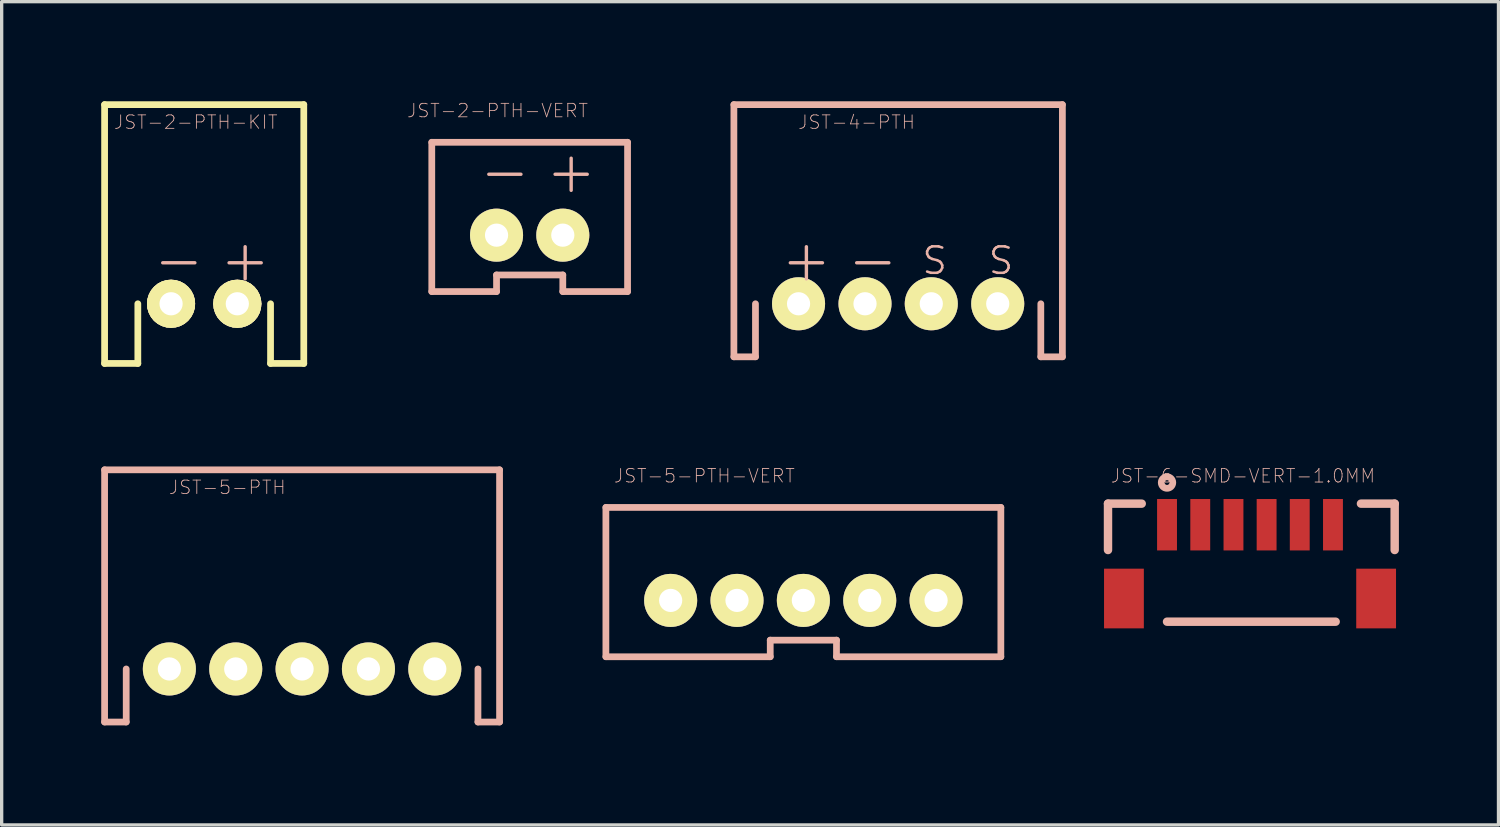
<source format=kicad_pcb>
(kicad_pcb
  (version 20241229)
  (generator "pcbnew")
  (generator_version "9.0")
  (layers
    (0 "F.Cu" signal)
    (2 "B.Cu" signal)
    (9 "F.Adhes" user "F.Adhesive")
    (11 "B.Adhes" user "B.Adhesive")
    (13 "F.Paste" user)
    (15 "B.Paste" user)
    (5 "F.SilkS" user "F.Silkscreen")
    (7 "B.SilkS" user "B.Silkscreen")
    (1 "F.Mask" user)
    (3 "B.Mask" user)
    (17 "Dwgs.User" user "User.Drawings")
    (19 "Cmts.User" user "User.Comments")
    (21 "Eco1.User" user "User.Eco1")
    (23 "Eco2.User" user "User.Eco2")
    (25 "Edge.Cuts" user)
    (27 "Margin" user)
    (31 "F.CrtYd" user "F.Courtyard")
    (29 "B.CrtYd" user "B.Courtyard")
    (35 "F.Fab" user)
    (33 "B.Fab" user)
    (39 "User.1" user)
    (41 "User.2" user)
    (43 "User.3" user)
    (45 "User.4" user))
  (footprint "JST-2-PTH-KIT"
    (layer "F.Cu")
    (at 3.101 6.101)
    (property "Reference" "JST-2-PTH-KIT" (at -0.254 -5.471 0) (layer "B.SilkS") (effects (font (size 0.406 0.406) (thickness 0.025))))
    (attr exclude_from_pos_files exclude_from_bom)
    (fp_line (start -3 -5.999) (end 3 -5.999) (stroke (width 0.203) (type solid)) (layer "F.SilkS"))
    (fp_line (start -3 1.798) (end -3 -5.999) (stroke (width 0.203) (type solid)) (layer "F.SilkS"))
    (fp_line (start -1.999 0) (end -1.999 1.798) (stroke (width 0.203) (type solid)) (layer "F.SilkS"))
    (fp_line (start -1.999 1.798) (end -3 1.798) (stroke (width 0.203) (type solid)) (layer "F.SilkS"))
    (fp_line (start -1.659 0) (end -1.646 -0.127) (stroke (width 0.127) (type solid)) (layer "F.SilkS"))
    (fp_line (start -1.646 -0.127) (end -1.608 -0.251) (stroke (width 0.127) (type solid)) (layer "F.SilkS"))
    (fp_line (start -1.646 0.127) (end -1.659 0) (stroke (width 0.127) (type solid)) (layer "F.SilkS"))
    (fp_line (start -1.608 -0.251) (end -1.547 -0.366) (stroke (width 0.127) (type solid)) (layer "F.SilkS"))
    (fp_line (start -1.608 0.251) (end -1.646 0.127) (stroke (width 0.127) (type solid)) (layer "F.SilkS"))
    (fp_line (start -1.547 -0.366) (end -1.466 -0.465) (stroke (width 0.127) (type solid)) (layer "F.SilkS"))
    (fp_line (start -1.547 0.366) (end -1.608 0.251) (stroke (width 0.127) (type solid)) (layer "F.SilkS"))
    (fp_line (start -1.466 -0.465) (end -1.367 -0.549) (stroke (width 0.127) (type solid)) (layer "F.SilkS"))
    (fp_line (start -1.466 0.467) (end -1.547 0.366) (stroke (width 0.127) (type solid)) (layer "F.SilkS"))
    (fp_line (start -1.367 -0.549) (end -1.252 -0.61) (stroke (width 0.127) (type solid)) (layer "F.SilkS"))
    (fp_line (start -1.364 0.549) (end -1.466 0.467) (stroke (width 0.127) (type solid)) (layer "F.SilkS"))
    (fp_line (start -1.285 0) (end -1.275 -0.074) (stroke (width 0.127) (type solid)) (layer "F.SilkS"))
    (fp_line (start -1.275 -0.074) (end -1.247 -0.142) (stroke (width 0.127) (type solid)) (layer "F.SilkS"))
    (fp_line (start -1.275 0.074) (end -1.285 0) (stroke (width 0.127) (type solid)) (layer "F.SilkS"))
    (fp_line (start -1.252 -0.61) (end -1.128 -0.648) (stroke (width 0.127) (type solid)) (layer "F.SilkS"))
    (fp_line (start -1.25 0.61) (end -1.364 0.549) (stroke (width 0.127) (type solid)) (layer "F.SilkS"))
    (fp_line (start -1.247 -0.142) (end -1.201 -0.201) (stroke (width 0.127) (type solid)) (layer "F.SilkS"))
    (fp_line (start -1.247 0.142) (end -1.275 0.074) (stroke (width 0.127) (type solid)) (layer "F.SilkS"))
    (fp_line (start -1.201 -0.201) (end -1.143 -0.246) (stroke (width 0.127) (type solid)) (layer "F.SilkS"))
    (fp_line (start -1.201 0.201) (end -1.247 0.142) (stroke (width 0.127) (type solid)) (layer "F.SilkS"))
    (fp_line (start -1.143 -0.246) (end -1.072 -0.274) (stroke (width 0.127) (type solid)) (layer "F.SilkS"))
    (fp_line (start -1.143 0.246) (end -1.201 0.201) (stroke (width 0.127) (type solid)) (layer "F.SilkS"))
    (fp_line (start -1.128 -0.648) (end -0.998 -0.66) (stroke (width 0.127) (type solid)) (layer "F.SilkS"))
    (fp_line (start -1.125 0.648) (end -1.25 0.61) (stroke (width 0.127) (type solid)) (layer "F.SilkS"))
    (fp_line (start -1.072 -0.274) (end -0.998 -0.284) (stroke (width 0.127) (type solid)) (layer "F.SilkS"))
    (fp_line (start -1.072 0.274) (end -1.143 0.246) (stroke (width 0.127) (type solid)) (layer "F.SilkS"))
    (fp_line (start -0.998 -0.66) (end -0.869 -0.648) (stroke (width 0.127) (type solid)) (layer "F.SilkS"))
    (fp_line (start -0.998 -0.284) (end -0.925 -0.274) (stroke (width 0.127) (type solid)) (layer "F.SilkS"))
    (fp_line (start -0.998 0.284) (end -1.072 0.274) (stroke (width 0.127) (type solid)) (layer "F.SilkS"))
    (fp_line (start -0.996 0.66) (end -1.125 0.648) (stroke (width 0.127) (type solid)) (layer "F.SilkS"))
    (fp_line (start -0.925 -0.274) (end -0.856 -0.246) (stroke (width 0.127) (type solid)) (layer "F.SilkS"))
    (fp_line (start -0.925 0.274) (end -0.998 0.284) (stroke (width 0.127) (type solid)) (layer "F.SilkS"))
    (fp_line (start -0.869 -0.648) (end -0.747 -0.61) (stroke (width 0.127) (type solid)) (layer "F.SilkS"))
    (fp_line (start -0.869 0.645) (end -0.996 0.66) (stroke (width 0.127) (type solid)) (layer "F.SilkS"))
    (fp_line (start -0.856 -0.246) (end -0.795 -0.201) (stroke (width 0.127) (type solid)) (layer "F.SilkS"))
    (fp_line (start -0.856 0.246) (end -0.925 0.274) (stroke (width 0.127) (type solid)) (layer "F.SilkS"))
    (fp_line (start -0.795 -0.201) (end -0.752 -0.142) (stroke (width 0.127) (type solid)) (layer "F.SilkS"))
    (fp_line (start -0.795 0.201) (end -0.856 0.246) (stroke (width 0.127) (type solid)) (layer "F.SilkS"))
    (fp_line (start -0.752 -0.142) (end -0.721 -0.074) (stroke (width 0.127) (type solid)) (layer "F.SilkS"))
    (fp_line (start -0.752 0.142) (end -0.795 0.201) (stroke (width 0.127) (type solid)) (layer "F.SilkS"))
    (fp_line (start -0.747 -0.61) (end -0.632 -0.549) (stroke (width 0.127) (type solid)) (layer "F.SilkS"))
    (fp_line (start -0.744 0.61) (end -0.869 0.645) (stroke (width 0.127) (type solid)) (layer "F.SilkS"))
    (fp_line (start -0.721 -0.074) (end -0.711 0) (stroke (width 0.127) (type solid)) (layer "F.SilkS"))
    (fp_line (start -0.721 0.074) (end -0.752 0.142) (stroke (width 0.127) (type solid)) (layer "F.SilkS"))
    (fp_line (start -0.711 0) (end -0.721 0.074) (stroke (width 0.127) (type solid)) (layer "F.SilkS"))
    (fp_line (start -0.632 -0.549) (end -0.531 -0.465) (stroke (width 0.127) (type solid)) (layer "F.SilkS"))
    (fp_line (start -0.63 0.549) (end -0.744 0.61) (stroke (width 0.127) (type solid)) (layer "F.SilkS"))
    (fp_line (start -0.531 -0.465) (end -0.45 -0.366) (stroke (width 0.127) (type solid)) (layer "F.SilkS"))
    (fp_line (start -0.531 0.465) (end -0.63 0.549) (stroke (width 0.127) (type solid)) (layer "F.SilkS"))
    (fp_line (start -0.45 -0.366) (end -0.389 -0.251) (stroke (width 0.127) (type solid)) (layer "F.SilkS"))
    (fp_line (start -0.45 0.366) (end -0.531 0.465) (stroke (width 0.127) (type solid)) (layer "F.SilkS"))
    (fp_line (start -0.389 -0.251) (end -0.351 -0.127) (stroke (width 0.127) (type solid)) (layer "F.SilkS"))
    (fp_line (start -0.389 0.251) (end -0.45 0.366) (stroke (width 0.127) (type solid)) (layer "F.SilkS"))
    (fp_line (start -0.351 -0.127) (end -0.338 0) (stroke (width 0.127) (type solid)) (layer "F.SilkS"))
    (fp_line (start -0.351 0.127) (end -0.389 0.251) (stroke (width 0.127) (type solid)) (layer "F.SilkS"))
    (fp_line (start -0.338 0) (end -0.351 0.127) (stroke (width 0.127) (type solid)) (layer "F.SilkS"))
    (fp_line (start 0.338 0) (end 0.351 -0.127) (stroke (width 0.127) (type solid)) (layer "F.SilkS"))
    (fp_line (start 0.351 -0.127) (end 0.389 -0.251) (stroke (width 0.127) (type solid)) (layer "F.SilkS"))
    (fp_line (start 0.351 0.127) (end 0.338 0) (stroke (width 0.127) (type solid)) (layer "F.SilkS"))
    (fp_line (start 0.389 -0.251) (end 0.45 -0.366) (stroke (width 0.127) (type solid)) (layer "F.SilkS"))
    (fp_line (start 0.389 0.251) (end 0.351 0.127) (stroke (width 0.127) (type solid)) (layer "F.SilkS"))
    (fp_line (start 0.45 -0.366) (end 0.531 -0.465) (stroke (width 0.127) (type solid)) (layer "F.SilkS"))
    (fp_line (start 0.45 0.366) (end 0.389 0.251) (stroke (width 0.127) (type solid)) (layer "F.SilkS"))
    (fp_line (start 0.531 -0.465) (end 0.632 -0.549) (stroke (width 0.127) (type solid)) (layer "F.SilkS"))
    (fp_line (start 0.533 0.467) (end 0.45 0.366) (stroke (width 0.127) (type solid)) (layer "F.SilkS"))
    (fp_line (start 0.632 -0.549) (end 0.747 -0.61) (stroke (width 0.127) (type solid)) (layer "F.SilkS"))
    (fp_line (start 0.632 0.549) (end 0.533 0.467) (stroke (width 0.127) (type solid)) (layer "F.SilkS"))
    (fp_line (start 0.711 0) (end 0.721 -0.074) (stroke (width 0.127) (type solid)) (layer "F.SilkS"))
    (fp_line (start 0.721 -0.074) (end 0.752 -0.142) (stroke (width 0.127) (type solid)) (layer "F.SilkS"))
    (fp_line (start 0.721 0.074) (end 0.711 0) (stroke (width 0.127) (type solid)) (layer "F.SilkS"))
    (fp_line (start 0.747 -0.61) (end 0.869 -0.648) (stroke (width 0.127) (type solid)) (layer "F.SilkS"))
    (fp_line (start 0.747 0.61) (end 0.632 0.549) (stroke (width 0.127) (type solid)) (layer "F.SilkS"))
    (fp_line (start 0.749 0.142) (end 0.721 0.074) (stroke (width 0.127) (type solid)) (layer "F.SilkS"))
    (fp_line (start 0.752 -0.142) (end 0.795 -0.201) (stroke (width 0.127) (type solid)) (layer "F.SilkS"))
    (fp_line (start 0.795 -0.201) (end 0.856 -0.246) (stroke (width 0.127) (type solid)) (layer "F.SilkS"))
    (fp_line (start 0.795 0.201) (end 0.749 0.142) (stroke (width 0.127) (type solid)) (layer "F.SilkS"))
    (fp_line (start 0.856 -0.246) (end 0.925 -0.274) (stroke (width 0.127) (type solid)) (layer "F.SilkS"))
    (fp_line (start 0.856 0.246) (end 0.795 0.201) (stroke (width 0.127) (type solid)) (layer "F.SilkS"))
    (fp_line (start 0.869 -0.648) (end 0.998 -0.66) (stroke (width 0.127) (type solid)) (layer "F.SilkS"))
    (fp_line (start 0.871 0.648) (end 0.747 0.61) (stroke (width 0.127) (type solid)) (layer "F.SilkS"))
    (fp_line (start 0.925 -0.274) (end 0.998 -0.284) (stroke (width 0.127) (type solid)) (layer "F.SilkS"))
    (fp_line (start 0.925 0.274) (end 0.856 0.246) (stroke (width 0.127) (type solid)) (layer "F.SilkS"))
    (fp_line (start 0.998 -0.66) (end 1.128 -0.648) (stroke (width 0.127) (type solid)) (layer "F.SilkS"))
    (fp_line (start 0.998 -0.284) (end 1.072 -0.274) (stroke (width 0.127) (type solid)) (layer "F.SilkS"))
    (fp_line (start 0.998 0.284) (end 0.925 0.274) (stroke (width 0.127) (type solid)) (layer "F.SilkS"))
    (fp_line (start 1.001 0.66) (end 0.871 0.648) (stroke (width 0.127) (type solid)) (layer "F.SilkS"))
    (fp_line (start 1.072 -0.274) (end 1.143 -0.246) (stroke (width 0.127) (type solid)) (layer "F.SilkS"))
    (fp_line (start 1.072 0.274) (end 0.998 0.284) (stroke (width 0.127) (type solid)) (layer "F.SilkS"))
    (fp_line (start 1.128 -0.648) (end 1.252 -0.61) (stroke (width 0.127) (type solid)) (layer "F.SilkS"))
    (fp_line (start 1.13 0.645) (end 1.001 0.66) (stroke (width 0.127) (type solid)) (layer "F.SilkS"))
    (fp_line (start 1.143 -0.246) (end 1.201 -0.201) (stroke (width 0.127) (type solid)) (layer "F.SilkS"))
    (fp_line (start 1.143 0.246) (end 1.072 0.274) (stroke (width 0.127) (type solid)) (layer "F.SilkS"))
    (fp_line (start 1.201 -0.201) (end 1.247 -0.142) (stroke (width 0.127) (type solid)) (layer "F.SilkS"))
    (fp_line (start 1.201 0.201) (end 1.143 0.246) (stroke (width 0.127) (type solid)) (layer "F.SilkS"))
    (fp_line (start 1.247 -0.142) (end 1.275 -0.074) (stroke (width 0.127) (type solid)) (layer "F.SilkS"))
    (fp_line (start 1.247 0.142) (end 1.201 0.201) (stroke (width 0.127) (type solid)) (layer "F.SilkS"))
    (fp_line (start 1.252 -0.61) (end 1.367 -0.549) (stroke (width 0.127) (type solid)) (layer "F.SilkS"))
    (fp_line (start 1.252 0.61) (end 1.13 0.645) (stroke (width 0.127) (type solid)) (layer "F.SilkS"))
    (fp_line (start 1.275 -0.074) (end 1.285 0) (stroke (width 0.127) (type solid)) (layer "F.SilkS"))
    (fp_line (start 1.275 0.074) (end 1.247 0.142) (stroke (width 0.127) (type solid)) (layer "F.SilkS"))
    (fp_line (start 1.285 0) (end 1.275 0.074) (stroke (width 0.127) (type solid)) (layer "F.SilkS"))
    (fp_line (start 1.367 -0.549) (end 1.466 -0.465) (stroke (width 0.127) (type solid)) (layer "F.SilkS"))
    (fp_line (start 1.367 0.549) (end 1.252 0.61) (stroke (width 0.127) (type solid)) (layer "F.SilkS"))
    (fp_line (start 1.466 -0.465) (end 1.547 -0.366) (stroke (width 0.127) (type solid)) (layer "F.SilkS"))
    (fp_line (start 1.468 0.465) (end 1.367 0.549) (stroke (width 0.127) (type solid)) (layer "F.SilkS"))
    (fp_line (start 1.547 -0.366) (end 1.608 -0.251) (stroke (width 0.127) (type solid)) (layer "F.SilkS"))
    (fp_line (start 1.549 0.366) (end 1.468 0.465) (stroke (width 0.127) (type solid)) (layer "F.SilkS"))
    (fp_line (start 1.608 -0.251) (end 1.646 -0.127) (stroke (width 0.127) (type solid)) (layer "F.SilkS"))
    (fp_line (start 1.61 0.251) (end 1.549 0.366) (stroke (width 0.127) (type solid)) (layer "F.SilkS"))
    (fp_line (start 1.646 -0.127) (end 1.659 0) (stroke (width 0.127) (type solid)) (layer "F.SilkS"))
    (fp_line (start 1.646 0.127) (end 1.61 0.251) (stroke (width 0.127) (type solid)) (layer "F.SilkS"))
    (fp_line (start 1.659 0) (end 1.646 0.127) (stroke (width 0.127) (type solid)) (layer "F.SilkS"))
    (fp_line (start 1.999 1.798) (end 1.999 0) (stroke (width 0.203) (type solid)) (layer "F.SilkS"))
    (fp_line (start 3 -5.999) (end 3 1.798) (stroke (width 0.203) (type solid)) (layer "F.SilkS"))
    (fp_line (start 3 1.798) (end 1.999 1.798) (stroke (width 0.203) (type solid)) (layer "F.SilkS"))
    (fp_text user "-" (at -0.765 -1.333 0) (layer "B.SilkS") (effects (font (size 1.27 1.27) (thickness 0.102))))
    (fp_text user "+" (at 1.234 -1.333 0) (layer "B.SilkS") (effects (font (size 1.27 1.27) (thickness 0.102))))
    (pad "1" thru_hole circle (at -0.998 0) (size 1.448 1.448) (drill 0.699) (layers "*.Cu" "F.Mask" "F.SilkS" "F.Paste"))
    (pad "2" thru_hole circle (at 0.998 0) (size 1.448 1.448) (drill 0.699) (layers "*.Cu" "F.Mask" "F.SilkS" "F.Paste")))
  (footprint "JST-5-PTH"
    (layer "F.Cu")
    (at 6.05 17.102)
    (property "Reference" "JST-5-PTH" (at -2.253 -5.471 0) (layer "B.SilkS") (effects (font (size 0.406 0.406) (thickness 0.025))))
    (attr exclude_from_pos_files exclude_from_bom)
    (fp_line (start -5.949 -5.999) (end 5.949 -5.999) (stroke (width 0.203) (type solid)) (layer "B.SilkS"))
    (fp_line (start -5.949 1.598) (end -5.949 -5.999) (stroke (width 0.203) (type solid)) (layer "B.SilkS"))
    (fp_line (start -5.949 1.598) (end -5.298 1.598) (stroke (width 0.203) (type solid)) (layer "B.SilkS"))
    (fp_line (start -5.298 1.598) (end -5.298 0) (stroke (width 0.203) (type solid)) (layer "B.SilkS"))
    (fp_line (start 5.298 1.598) (end 5.298 0) (stroke (width 0.203) (type solid)) (layer "B.SilkS"))
    (fp_line (start 5.949 -5.999) (end 5.949 1.598) (stroke (width 0.203) (type solid)) (layer "B.SilkS"))
    (fp_line (start 5.949 1.598) (end 5.298 1.598) (stroke (width 0.203) (type solid)) (layer "B.SilkS"))
    (pad "1" thru_hole circle (at -3.998 0) (size 1.598 1.598) (drill 0.699) (layers "*.Cu" "F.Mask" "F.SilkS" "F.Paste"))
    (pad "2" thru_hole circle (at -1.999 0) (size 1.598 1.598) (drill 0.699) (layers "*.Cu" "F.Mask" "F.SilkS" "F.Paste"))
    (pad "3" thru_hole circle (at 0 0) (size 1.598 1.598) (drill 0.699) (layers "*.Cu" "F.Mask" "F.SilkS" "F.Paste"))
    (pad "4" thru_hole circle (at 1.999 0) (size 1.598 1.598) (drill 0.699) (layers "*.Cu" "F.Mask" "F.SilkS" "F.Paste"))
    (pad "5" thru_hole circle (at 3.998 0) (size 1.598 1.598) (drill 0.699) (layers "*.Cu" "F.Mask" "F.SilkS" "F.Paste")))
  (footprint "JST-6-SMD-VERT-1.0MM"
    (layer "F.Cu")
    (at 34.646 14.027)
    (property "Reference" "JST-6-SMD-VERT-1.0MM" (at -0.254 -2.743 0) (layer "B.SilkS") (effects (font (size 0.406 0.406) (thickness 0.025))))
    (attr smd)
    (fp_line (start -4.318 -1.905) (end -3.302 -1.905) (stroke (width 0.254) (type solid)) (layer "B.SilkS"))
    (fp_line (start -4.318 -0.508) (end -4.318 -1.905) (stroke (width 0.254) (type solid)) (layer "B.SilkS"))
    (fp_line (start -2.54 1.651) (end 2.54 1.651) (stroke (width 0.254) (type solid)) (layer "B.SilkS"))
    (fp_line (start 3.302 -1.905) (end 4.318 -1.905) (stroke (width 0.254) (type solid)) (layer "B.SilkS"))
    (fp_line (start 4.318 -1.905) (end 4.318 -0.508) (stroke (width 0.254) (type solid)) (layer "B.SilkS"))
    (fp_circle (center -2.54 -2.54) (end -2.591 -2.591) (stroke (width 0.203) (type solid)) (fill no) (layer "B.SilkS"))
    (pad "1" smd rect (at -2.54 -1.27) (size 0.599 1.549) (layers "F.Cu" "F.Mask" "F.Paste"))
    (pad "2" smd rect (at -1.539 -1.27) (size 0.599 1.549) (layers "F.Cu" "F.Mask" "F.Paste"))
    (pad "3" smd rect (at -0.538 -1.27) (size 0.599 1.549) (layers "F.Cu" "F.Mask" "F.Paste"))
    (pad "4" smd rect (at 0.46 -1.27) (size 0.599 1.549) (layers "F.Cu" "F.Mask" "F.Paste"))
    (pad "5" smd rect (at 1.458 -1.27) (size 0.599 1.549) (layers "F.Cu" "F.Mask" "F.Paste"))
    (pad "6" smd rect (at 2.459 -1.27) (size 0.599 1.549) (layers "F.Cu" "F.Mask" "F.Paste"))
    (pad "P$1" smd rect (at -3.838 0.953) (size 1.199 1.798) (layers "F.Cu" "F.Mask" "F.Paste"))
    (pad "P$2" smd rect (at 3.759 0.953) (size 1.199 1.798) (layers "F.Cu" "F.Mask" "F.Paste")))
  (footprint "JST-5-PTH-VERT"
    (layer "F.Cu")
    (at 21.151 15.215)
    (property "Reference" "JST-5-PTH-VERT" (at -2.982 -3.932 0) (layer "B.SilkS") (effects (font (size 0.406 0.406) (thickness 0.025))))
    (attr exclude_from_pos_files exclude_from_bom)
    (fp_line (start -5.949 -2.979) (end 5.949 -2.979) (stroke (width 0.203) (type solid)) (layer "B.SilkS"))
    (fp_line (start -5.949 1.519) (end -5.949 -2.979) (stroke (width 0.203) (type solid)) (layer "B.SilkS"))
    (fp_line (start -0.998 1.019) (end -0.998 1.519) (stroke (width 0.203) (type solid)) (layer "B.SilkS"))
    (fp_line (start -0.998 1.019) (end 0.998 1.019) (stroke (width 0.203) (type solid)) (layer "B.SilkS"))
    (fp_line (start -0.998 1.519) (end -5.949 1.519) (stroke (width 0.203) (type solid)) (layer "B.SilkS"))
    (fp_line (start 0.998 1.019) (end 0.998 1.519) (stroke (width 0.203) (type solid)) (layer "B.SilkS"))
    (fp_line (start 5.949 -2.979) (end 5.949 1.519) (stroke (width 0.203) (type solid)) (layer "B.SilkS"))
    (fp_line (start 5.949 1.519) (end 0.998 1.519) (stroke (width 0.203) (type solid)) (layer "B.SilkS"))
    (pad "1" thru_hole circle (at -3.998 -0.178) (size 1.598 1.598) (drill 0.699) (layers "*.Cu" "F.Mask" "F.SilkS" "F.Paste"))
    (pad "2" thru_hole circle (at -1.999 -0.178) (size 1.598 1.598) (drill 0.699) (layers "*.Cu" "F.Mask" "F.SilkS" "F.Paste"))
    (pad "3" thru_hole circle (at 0 -0.178) (size 1.598 1.598) (drill 0.699) (layers "*.Cu" "F.Mask" "F.SilkS" "F.Paste"))
    (pad "4" thru_hole circle (at 1.999 -0.178) (size 1.598 1.598) (drill 0.699) (layers "*.Cu" "F.Mask" "F.SilkS" "F.Paste"))
    (pad "5" thru_hole circle (at 3.998 -0.178) (size 1.598 1.598) (drill 0.699) (layers "*.Cu" "F.Mask" "F.SilkS" "F.Paste")))
  (footprint "JST-4-PTH"
    (layer "F.Cu")
    (at 24.006 6.101)
    (property "Reference" "JST-4-PTH" (at -1.252 -5.471 0) (layer "B.SilkS") (effects (font (size 0.406 0.406) (thickness 0.025))))
    (attr exclude_from_pos_files exclude_from_bom)
    (fp_line (start -4.948 -5.999) (end 4.948 -5.999) (stroke (width 0.203) (type solid)) (layer "B.SilkS"))
    (fp_line (start -4.948 1.598) (end -4.948 -5.999) (stroke (width 0.203) (type solid)) (layer "B.SilkS"))
    (fp_line (start -4.948 1.598) (end -4.298 1.598) (stroke (width 0.203) (type solid)) (layer "B.SilkS"))
    (fp_line (start -4.298 1.598) (end -4.298 0) (stroke (width 0.203) (type solid)) (layer "B.SilkS"))
    (fp_line (start 4.298 1.598) (end 4.298 0) (stroke (width 0.203) (type solid)) (layer "B.SilkS"))
    (fp_line (start 4.948 -5.999) (end 4.948 1.598) (stroke (width 0.203) (type solid)) (layer "B.SilkS"))
    (fp_line (start 4.948 1.598) (end 4.298 1.598) (stroke (width 0.203) (type solid)) (layer "B.SilkS"))
    (fp_text user "S" (at 1.1 -1.298 0) (layer "B.SilkS") (effects (font (size 0.798 0.798) (thickness 0.076))))
    (fp_text user "-" (at -0.765 -1.333 0) (layer "B.SilkS") (effects (font (size 1.27 1.27) (thickness 0.102))))
    (fp_text user "+" (at -2.764 -1.333 0) (layer "B.SilkS") (effects (font (size 1.27 1.27) (thickness 0.102))))
    (fp_text user "S" (at 3.099 -1.298 0) (layer "B.SilkS") (effects (font (size 0.798 0.798) (thickness 0.076))))
    (pad "1" thru_hole circle (at -3 0) (size 1.598 1.598) (drill 0.699) (layers "*.Cu" "F.Mask" "F.SilkS" "F.Paste"))
    (pad "2" thru_hole circle (at -0.998 0) (size 1.598 1.598) (drill 0.699) (layers "*.Cu" "F.Mask" "F.SilkS" "F.Paste"))
    (pad "3" thru_hole circle (at 0.998 0) (size 1.598 1.598) (drill 0.699) (layers "*.Cu" "F.Mask" "F.SilkS" "F.Paste"))
    (pad "4" thru_hole circle (at 3 0) (size 1.598 1.598) (drill 0.699) (layers "*.Cu" "F.Mask" "F.SilkS" "F.Paste")))
  (footprint "JST-2-PTH-VERT"
    (layer "F.Cu")
    (at 12.906 3.485)
    (property "Reference" "JST-2-PTH-VERT" (at -0.968 -3.203 0) (layer "B.SilkS") (effects (font (size 0.406 0.406) (thickness 0.025))))
    (attr exclude_from_pos_files exclude_from_bom)
    (fp_line (start -2.949 -2.248) (end 2.949 -2.248) (stroke (width 0.203) (type solid)) (layer "B.SilkS"))
    (fp_line (start -2.949 2.248) (end -2.949 -2.248) (stroke (width 0.203) (type solid)) (layer "B.SilkS"))
    (fp_line (start -0.998 1.748) (end -0.998 2.248) (stroke (width 0.203) (type solid)) (layer "B.SilkS"))
    (fp_line (start -0.998 1.748) (end 0.998 1.748) (stroke (width 0.203) (type solid)) (layer "B.SilkS"))
    (fp_line (start -0.998 2.248) (end -2.949 2.248) (stroke (width 0.203) (type solid)) (layer "B.SilkS"))
    (fp_line (start 0.998 1.748) (end 0.998 2.248) (stroke (width 0.203) (type solid)) (layer "B.SilkS"))
    (fp_line (start 2.949 -2.248) (end 2.949 2.248) (stroke (width 0.203) (type solid)) (layer "B.SilkS"))
    (fp_line (start 2.949 2.248) (end 0.998 2.248) (stroke (width 0.203) (type solid)) (layer "B.SilkS"))
    (fp_text user "+" (at 1.25 -1.384 0) (layer "B.SilkS") (effects (font (size 1.27 1.27) (thickness 0.102))))
    (fp_text user "-" (at -0.747 -1.384 0) (layer "B.SilkS") (effects (font (size 1.27 1.27) (thickness 0.102))))
    (pad "1" thru_hole circle (at -0.998 0.549) (size 1.598 1.598) (drill 0.699) (layers "*.Cu" "F.Mask" "F.SilkS" "F.Paste"))
    (pad "2" thru_hole circle (at 0.998 0.549) (size 1.598 1.598) (drill 0.699) (layers "*.Cu" "F.Mask" "F.SilkS" "F.Paste")))
  (gr_rect
    (start -3 -3)
    (end 42.091 21.801)
    (stroke (width 0.1) (type default))
    (fill no)
    (layer "Edge.Cuts")))
</source>
